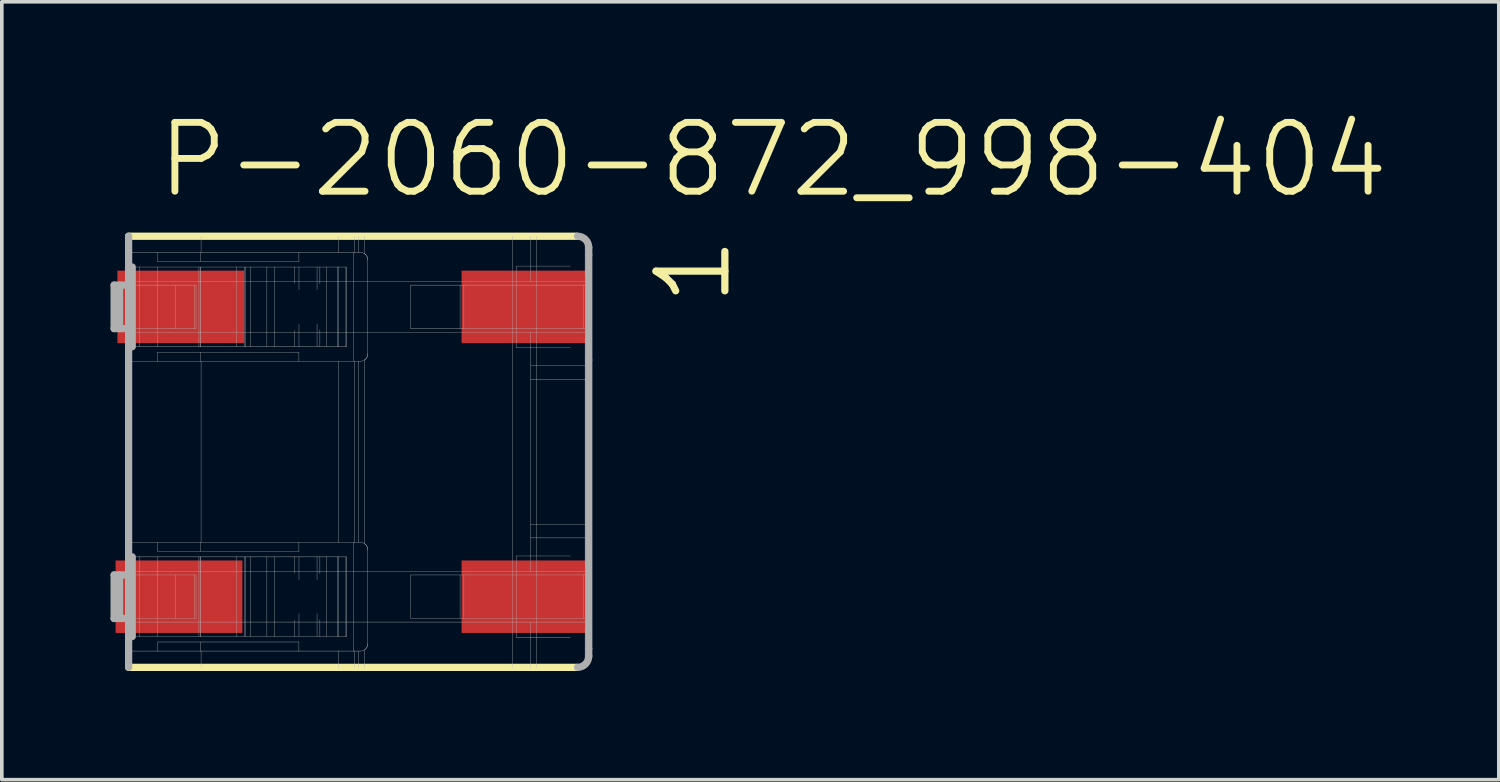
<source format=kicad_pcb>
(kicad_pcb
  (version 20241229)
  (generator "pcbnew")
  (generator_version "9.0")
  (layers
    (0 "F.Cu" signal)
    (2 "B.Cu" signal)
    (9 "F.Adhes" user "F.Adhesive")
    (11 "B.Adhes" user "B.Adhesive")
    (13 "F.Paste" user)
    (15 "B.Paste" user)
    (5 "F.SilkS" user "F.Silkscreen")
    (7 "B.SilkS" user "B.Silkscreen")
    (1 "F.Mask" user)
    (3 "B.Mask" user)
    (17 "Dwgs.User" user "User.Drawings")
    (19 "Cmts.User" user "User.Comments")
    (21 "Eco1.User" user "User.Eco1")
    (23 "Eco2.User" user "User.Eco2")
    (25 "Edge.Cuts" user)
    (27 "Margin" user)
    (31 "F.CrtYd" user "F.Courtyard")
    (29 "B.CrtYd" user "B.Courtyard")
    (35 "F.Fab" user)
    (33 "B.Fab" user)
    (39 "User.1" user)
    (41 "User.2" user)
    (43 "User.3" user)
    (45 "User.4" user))
  (footprint "P-2060-872_998-404"
    (layer "F.Cu")
    (at 6.665 9.42)
    (property "Reference" "P-2060-872_998-404" (at -5.465 -6.95 0) (layer "F.SilkS") (effects (font (size 1.9 1.9) (thickness 0.19)) (justify left bottom)))
    (attr through_hole)
    (fp_line (start -6.165 5.95) (end 6.21 5.95) (stroke (width 0.2) (type solid)) (layer "F.SilkS"))
    (fp_line (start 6.21 -5.95) (end -6.165 -5.95) (stroke (width 0.2) (type solid)) (layer "F.SilkS"))
    (fp_line (start -6.565 -3.4) (end -6.565 -4.6) (stroke (width 0.2) (type solid)) (layer "F.Fab"))
    (fp_line (start -6.565 4.6) (end -6.565 3.4) (stroke (width 0.2) (type solid)) (layer "F.Fab"))
    (fp_line (start -6.415 -3.4) (end -6.415 -4.6) (stroke (width 0.2) (type solid)) (layer "F.Fab"))
    (fp_line (start -6.415 4.6) (end -6.415 3.4) (stroke (width 0.2) (type solid)) (layer "F.Fab"))
    (fp_line (start -6.165 -5.95) (end -6.165 -4.6) (stroke (width 0.2) (type solid)) (layer "F.Fab"))
    (fp_line (start -6.165 -5.5) (end -5.365 -5.5) (stroke (width 0.01) (type solid)) (layer "F.Fab"))
    (fp_line (start -6.165 -4.7) (end 6.535 -4.7) (stroke (width 0.01) (type solid)) (layer "F.Fab"))
    (fp_line (start -6.165 -4.6) (end -6.565 -4.6) (stroke (width 0.2) (type solid)) (layer "F.Fab"))
    (fp_line (start -6.165 -4.6) (end -6.165 -3.4) (stroke (width 0.2) (type solid)) (layer "F.Fab"))
    (fp_line (start -6.165 -4.6) (end -4.304 -4.6) (stroke (width 0.01) (type solid)) (layer "F.Fab"))
    (fp_line (start -6.165 -3.4) (end -6.565 -3.4) (stroke (width 0.2) (type solid)) (layer "F.Fab"))
    (fp_line (start -6.165 -3.4) (end -6.165 3.4) (stroke (width 0.2) (type solid)) (layer "F.Fab"))
    (fp_line (start -6.165 -3.4) (end -4.304 -3.4) (stroke (width 0.01) (type solid)) (layer "F.Fab"))
    (fp_line (start -6.165 2.5) (end -5.365 2.5) (stroke (width 0.01) (type solid)) (layer "F.Fab"))
    (fp_line (start -6.165 3.3) (end 6.535 3.3) (stroke (width 0.01) (type solid)) (layer "F.Fab"))
    (fp_line (start -6.165 3.4) (end -6.565 3.4) (stroke (width 0.2) (type solid)) (layer "F.Fab"))
    (fp_line (start -6.165 3.4) (end -6.165 4.6) (stroke (width 0.2) (type solid)) (layer "F.Fab"))
    (fp_line (start -6.165 3.4) (end -4.304 3.4) (stroke (width 0.01) (type solid)) (layer "F.Fab"))
    (fp_line (start -6.165 4.6) (end -6.565 4.6) (stroke (width 0.2) (type solid)) (layer "F.Fab"))
    (fp_line (start -6.165 4.6) (end -6.165 5.95) (stroke (width 0.2) (type solid)) (layer "F.Fab"))
    (fp_line (start -6.165 4.6) (end -4.304 4.6) (stroke (width 0.01) (type solid)) (layer "F.Fab"))
    (fp_line (start -6.065 -5.1) (end -6.065 -2.9) (stroke (width 0.2) (type solid)) (layer "F.Fab"))
    (fp_line (start -6.065 2.9) (end -6.065 5.1) (stroke (width 0.2) (type solid)) (layer "F.Fab"))
    (fp_line (start -5.865 -2.9) (end -5.865 -5.1) (stroke (width 0.01) (type solid)) (layer "F.Fab"))
    (fp_line (start -5.865 5.1) (end -5.865 2.9) (stroke (width 0.01) (type solid)) (layer "F.Fab"))
    (fp_line (start -5.365 -5.5) (end -5.365 -5.25) (stroke (width 0.01) (type solid)) (layer "F.Fab"))
    (fp_line (start -5.365 -5.5) (end -4.18 -5.5) (stroke (width 0.01) (type solid)) (layer "F.Fab"))
    (fp_line (start -5.365 -5.25) (end -1.465 -5.25) (stroke (width 0.01) (type solid)) (layer "F.Fab"))
    (fp_line (start -5.365 -5.1) (end -5.365 -2.9) (stroke (width 0.01) (type solid)) (layer "F.Fab"))
    (fp_line (start -5.365 -2.5) (end -6.165 -2.5) (stroke (width 0.01) (type solid)) (layer "F.Fab"))
    (fp_line (start -5.365 -2.5) (end -5.365 -2.75) (stroke (width 0.01) (type solid)) (layer "F.Fab"))
    (fp_line (start -5.365 2.5) (end -5.365 2.75) (stroke (width 0.01) (type solid)) (layer "F.Fab"))
    (fp_line (start -5.365 2.5) (end -4.18 2.5) (stroke (width 0.01) (type solid)) (layer "F.Fab"))
    (fp_line (start -5.365 2.75) (end -1.465 2.75) (stroke (width 0.01) (type solid)) (layer "F.Fab"))
    (fp_line (start -5.365 2.9) (end -5.365 5.1) (stroke (width 0.01) (type solid)) (layer "F.Fab"))
    (fp_line (start -5.365 5.5) (end -6.165 5.5) (stroke (width 0.01) (type solid)) (layer "F.Fab"))
    (fp_line (start -5.365 5.5) (end -5.365 5.25) (stroke (width 0.01) (type solid)) (layer "F.Fab"))
    (fp_line (start -4.865 -3.4) (end -4.865 -4.6) (stroke (width 0.01) (type solid)) (layer "F.Fab"))
    (fp_line (start -4.865 4.6) (end -4.865 3.4) (stroke (width 0.01) (type solid)) (layer "F.Fab"))
    (fp_line (start -4.337 -3.4) (end -4.337 -4.6) (stroke (width 0.01) (type solid)) (layer "F.Fab"))
    (fp_line (start -4.337 4.6) (end -4.337 3.4) (stroke (width 0.01) (type solid)) (layer "F.Fab"))
    (fp_line (start -4.304 -3.4) (end -4.304 -4.6) (stroke (width 0.01) (type solid)) (layer "F.Fab"))
    (fp_line (start -4.304 4.6) (end -4.304 3.4) (stroke (width 0.01) (type solid)) (layer "F.Fab"))
    (fp_line (start -4.224 -2.9) (end -4.224 -5.1) (stroke (width 0.01) (type solid)) (layer "F.Fab"))
    (fp_line (start -4.224 5.1) (end -4.224 2.9) (stroke (width 0.01) (type solid)) (layer "F.Fab"))
    (fp_line (start -4.189 -2.9) (end -4.189 -5.1) (stroke (width 0.01) (type solid)) (layer "F.Fab"))
    (fp_line (start -4.189 5.1) (end -4.189 2.9) (stroke (width 0.01) (type solid)) (layer "F.Fab"))
    (fp_line (start -4.18 -5.5) (end -4.18 -5.25) (stroke (width 0.01) (type solid)) (layer "F.Fab"))
    (fp_line (start -4.18 -5.5) (end -1.465 -5.5) (stroke (width 0.01) (type solid)) (layer "F.Fab"))
    (fp_line (start -4.18 -2.9) (end -4.18 -5.1) (stroke (width 0.01) (type solid)) (layer "F.Fab"))
    (fp_line (start -4.18 -2.5) (end -5.365 -2.5) (stroke (width 0.01) (type solid)) (layer "F.Fab"))
    (fp_line (start -4.18 -2.5) (end -4.18 -2.75) (stroke (width 0.01) (type solid)) (layer "F.Fab"))
    (fp_line (start -4.18 2.5) (end -4.18 2.75) (stroke (width 0.01) (type solid)) (layer "F.Fab"))
    (fp_line (start -4.18 2.5) (end -1.465 2.5) (stroke (width 0.01) (type solid)) (layer "F.Fab"))
    (fp_line (start -4.18 5.1) (end -4.18 2.9) (stroke (width 0.01) (type solid)) (layer "F.Fab"))
    (fp_line (start -4.18 5.5) (end -5.365 5.5) (stroke (width 0.01) (type solid)) (layer "F.Fab"))
    (fp_line (start -4.18 5.5) (end -4.18 5.25) (stroke (width 0.01) (type solid)) (layer "F.Fab"))
    (fp_line (start -4.165 -5.95) (end -4.165 -5.5) (stroke (width 0.01) (type solid)) (layer "F.Fab"))
    (fp_line (start -4.165 -2.5) (end -4.165 2.5) (stroke (width 0.01) (type solid)) (layer "F.Fab"))
    (fp_line (start -4.165 5.5) (end -4.165 5.95) (stroke (width 0.01) (type solid)) (layer "F.Fab"))
    (fp_line (start -3.182 -2.9) (end -3.182 -5.1) (stroke (width 0.01) (type solid)) (layer "F.Fab"))
    (fp_line (start -3.182 5.1) (end -3.182 2.9) (stroke (width 0.01) (type solid)) (layer "F.Fab"))
    (fp_line (start -2.972 -2.9) (end -2.972 -5.1) (stroke (width 0.01) (type solid)) (layer "F.Fab"))
    (fp_line (start -2.972 5.1) (end -2.972 2.9) (stroke (width 0.01) (type solid)) (layer "F.Fab"))
    (fp_line (start -2.943 -2.9) (end -2.943 -5.1) (stroke (width 0.01) (type solid)) (layer "F.Fab"))
    (fp_line (start -2.943 5.1) (end -2.943 2.9) (stroke (width 0.01) (type solid)) (layer "F.Fab"))
    (fp_line (start -2.8 -2.9) (end -2.8 -5.1) (stroke (width 0.01) (type solid)) (layer "F.Fab"))
    (fp_line (start -2.8 5.1) (end -2.8 2.9) (stroke (width 0.01) (type solid)) (layer "F.Fab"))
    (fp_line (start -2.349 -2.9) (end -2.349 -5.1) (stroke (width 0.01) (type solid)) (layer "F.Fab"))
    (fp_line (start -2.349 5.1) (end -2.349 2.9) (stroke (width 0.01) (type solid)) (layer "F.Fab"))
    (fp_line (start -2.13 -2.9) (end -6.065 -2.9) (stroke (width 0.01) (type solid)) (layer "F.Fab"))
    (fp_line (start -2.13 -2.9) (end -2.13 -5.1) (stroke (width 0.01) (type solid)) (layer "F.Fab"))
    (fp_line (start -2.13 5.1) (end -6.065 5.1) (stroke (width 0.01) (type solid)) (layer "F.Fab"))
    (fp_line (start -2.13 5.1) (end -2.13 2.9) (stroke (width 0.01) (type solid)) (layer "F.Fab"))
    (fp_line (start -1.582 -5.1) (end -6.065 -5.1) (stroke (width 0.01) (type solid)) (layer "F.Fab"))
    (fp_line (start -1.582 -4.647) (end -1.582 -5.1) (stroke (width 0.01) (type solid)) (layer "F.Fab"))
    (fp_line (start -1.582 -2.9) (end -2.13 -2.9) (stroke (width 0.01) (type solid)) (layer "F.Fab"))
    (fp_line (start -1.582 -2.9) (end -1.582 -3.353) (stroke (width 0.01) (type solid)) (layer "F.Fab"))
    (fp_line (start -1.582 2.9) (end -6.065 2.9) (stroke (width 0.01) (type solid)) (layer "F.Fab"))
    (fp_line (start -1.582 3.353) (end -1.582 2.9) (stroke (width 0.01) (type solid)) (layer "F.Fab"))
    (fp_line (start -1.582 5.1) (end -2.13 5.1) (stroke (width 0.01) (type solid)) (layer "F.Fab"))
    (fp_line (start -1.582 5.1) (end -1.582 4.647) (stroke (width 0.01) (type solid)) (layer "F.Fab"))
    (fp_line (start -1.465 -5.5) (end -1.465 -5.25) (stroke (width 0.01) (type solid)) (layer "F.Fab"))
    (fp_line (start -1.465 -5.5) (end 0.235 -5.5) (stroke (width 0.01) (type solid)) (layer "F.Fab"))
    (fp_line (start -1.465 -2.75) (end -5.365 -2.75) (stroke (width 0.01) (type solid)) (layer "F.Fab"))
    (fp_line (start -1.465 -2.5) (end -4.18 -2.5) (stroke (width 0.01) (type solid)) (layer "F.Fab"))
    (fp_line (start -1.465 -2.5) (end -1.465 -2.75) (stroke (width 0.01) (type solid)) (layer "F.Fab"))
    (fp_line (start -1.465 2.5) (end -1.465 2.75) (stroke (width 0.01) (type solid)) (layer "F.Fab"))
    (fp_line (start -1.465 2.5) (end 0.235 2.5) (stroke (width 0.01) (type solid)) (layer "F.Fab"))
    (fp_line (start -1.465 5.25) (end -5.365 5.25) (stroke (width 0.01) (type solid)) (layer "F.Fab"))
    (fp_line (start -1.465 5.5) (end -4.18 5.5) (stroke (width 0.01) (type solid)) (layer "F.Fab"))
    (fp_line (start -1.465 5.5) (end -1.465 5.25) (stroke (width 0.01) (type solid)) (layer "F.Fab"))
    (fp_line (start -1.463 -4.47) (end -1.463 -5.1) (stroke (width 0.01) (type solid)) (layer "F.Fab"))
    (fp_line (start -1.463 -2.9) (end -1.463 -3.53) (stroke (width 0.01) (type solid)) (layer "F.Fab"))
    (fp_line (start -1.463 3.53) (end -1.463 2.9) (stroke (width 0.01) (type solid)) (layer "F.Fab"))
    (fp_line (start -1.463 5.1) (end -1.463 4.47) (stroke (width 0.01) (type solid)) (layer "F.Fab"))
    (fp_line (start -0.964 -4.469) (end -0.964 -5.1) (stroke (width 0.01) (type solid)) (layer "F.Fab"))
    (fp_line (start -0.964 -2.9) (end -0.964 -3.531) (stroke (width 0.01) (type solid)) (layer "F.Fab"))
    (fp_line (start -0.964 3.531) (end -0.964 2.9) (stroke (width 0.01) (type solid)) (layer "F.Fab"))
    (fp_line (start -0.964 5.1) (end -0.964 4.469) (stroke (width 0.01) (type solid)) (layer "F.Fab"))
    (fp_line (start -0.886 -4.634) (end -0.886 -5.1) (stroke (width 0.01) (type solid)) (layer "F.Fab"))
    (fp_line (start -0.886 -2.9) (end -0.886 -3.366) (stroke (width 0.01) (type solid)) (layer "F.Fab"))
    (fp_line (start -0.886 3.366) (end -0.886 2.9) (stroke (width 0.01) (type solid)) (layer "F.Fab"))
    (fp_line (start -0.886 5.1) (end -0.886 4.634) (stroke (width 0.01) (type solid)) (layer "F.Fab"))
    (fp_line (start -0.701 -2.9) (end -0.701 -5.1) (stroke (width 0.01) (type solid)) (layer "F.Fab"))
    (fp_line (start -0.701 5.1) (end -0.701 2.9) (stroke (width 0.01) (type solid)) (layer "F.Fab"))
    (fp_line (start -0.407 -2.9) (end -0.407 -5.1) (stroke (width 0.01) (type solid)) (layer "F.Fab"))
    (fp_line (start -0.407 5.1) (end -0.407 2.9) (stroke (width 0.01) (type solid)) (layer "F.Fab"))
    (fp_line (start -0.378 -2.9) (end -0.378 -5.1) (stroke (width 0.01) (type solid)) (layer "F.Fab"))
    (fp_line (start -0.378 5.1) (end -0.378 2.9) (stroke (width 0.01) (type solid)) (layer "F.Fab"))
    (fp_line (start -0.371 -5.95) (end -0.371 -5.5) (stroke (width 0.01) (type solid)) (layer "F.Fab"))
    (fp_line (start -0.371 -2.5) (end -0.371 2.5) (stroke (width 0.01) (type solid)) (layer "F.Fab"))
    (fp_line (start -0.371 5.5) (end -0.371 5.95) (stroke (width 0.01) (type solid)) (layer "F.Fab"))
    (fp_line (start -0.167 -2.9) (end -1.582 -2.9) (stroke (width 0.01) (type solid)) (layer "F.Fab"))
    (fp_line (start -0.167 -2.9) (end -0.167 -5.1) (stroke (width 0.01) (type solid)) (layer "F.Fab"))
    (fp_line (start -0.167 5.1) (end -1.582 5.1) (stroke (width 0.01) (type solid)) (layer "F.Fab"))
    (fp_line (start -0.167 5.1) (end -0.167 2.9) (stroke (width 0.01) (type solid)) (layer "F.Fab"))
    (fp_line (start -0.157 -5.1) (end -1.582 -5.1) (stroke (width 0.01) (type solid)) (layer "F.Fab"))
    (fp_line (start -0.157 -2.9) (end -0.167 -2.9) (stroke (width 0.01) (type solid)) (layer "F.Fab"))
    (fp_line (start -0.157 -2.9) (end -0.157 -5.1) (stroke (width 0.01) (type solid)) (layer "F.Fab"))
    (fp_line (start -0.157 2.9) (end -1.582 2.9) (stroke (width 0.01) (type solid)) (layer "F.Fab"))
    (fp_line (start -0.157 5.1) (end -0.167 5.1) (stroke (width 0.01) (type solid)) (layer "F.Fab"))
    (fp_line (start -0.157 5.1) (end -0.157 2.9) (stroke (width 0.01) (type solid)) (layer "F.Fab"))
    (fp_line (start 0.035 -5.5) (end 0.035 -2.5) (stroke (width 0.01) (type solid)) (layer "F.Fab"))
    (fp_line (start 0.035 2.5) (end 0.035 5.5) (stroke (width 0.01) (type solid)) (layer "F.Fab"))
    (fp_line (start 0.062 -5.95) (end 0.062 -5.5) (stroke (width 0.01) (type solid)) (layer "F.Fab"))
    (fp_line (start 0.062 -2.5) (end 0.062 2.5) (stroke (width 0.01) (type solid)) (layer "F.Fab"))
    (fp_line (start 0.062 5.5) (end 0.062 5.95) (stroke (width 0.01) (type solid)) (layer "F.Fab"))
    (fp_line (start 0.177 -5.95) (end 0.177 -5.5) (stroke (width 0.01) (type solid)) (layer "F.Fab"))
    (fp_line (start 0.177 -2.5) (end 0.177 2.5) (stroke (width 0.01) (type solid)) (layer "F.Fab"))
    (fp_line (start 0.177 5.5) (end 0.177 5.95) (stroke (width 0.01) (type solid)) (layer "F.Fab"))
    (fp_line (start 0.235 -2.5) (end -1.465 -2.5) (stroke (width 0.01) (type solid)) (layer "F.Fab"))
    (fp_line (start 0.235 5.5) (end -1.465 5.5) (stroke (width 0.01) (type solid)) (layer "F.Fab"))
    (fp_line (start 0.35 -5.95) (end 0.35 -5.463) (stroke (width 0.01) (type solid)) (layer "F.Fab"))
    (fp_line (start 0.35 -2.537) (end 0.35 2.537) (stroke (width 0.01) (type solid)) (layer "F.Fab"))
    (fp_line (start 0.35 5.463) (end 0.35 5.95) (stroke (width 0.01) (type solid)) (layer "F.Fab"))
    (fp_line (start 0.435 -5.3) (end 0.435 -2.7) (stroke (width 0.01) (type solid)) (layer "F.Fab"))
    (fp_line (start 0.435 2.7) (end 0.435 5.3) (stroke (width 0.01) (type solid)) (layer "F.Fab"))
    (fp_line (start 1.618 -4.6) (end 1.618 -3.4) (stroke (width 0.01) (type solid)) (layer "F.Fab"))
    (fp_line (start 1.618 -3.4) (end 2.984 -3.4) (stroke (width 0.01) (type solid)) (layer "F.Fab"))
    (fp_line (start 1.618 3.4) (end 1.618 4.6) (stroke (width 0.01) (type solid)) (layer "F.Fab"))
    (fp_line (start 1.618 4.6) (end 2.984 4.6) (stroke (width 0.01) (type solid)) (layer "F.Fab"))
    (fp_line (start 2.984 -3.4) (end 2.984 -4.6) (stroke (width 0.01) (type solid)) (layer "F.Fab"))
    (fp_line (start 2.984 -3.4) (end 3.089 -3.4) (stroke (width 0.01) (type solid)) (layer "F.Fab"))
    (fp_line (start 2.984 4.6) (end 2.984 3.4) (stroke (width 0.01) (type solid)) (layer "F.Fab"))
    (fp_line (start 2.984 4.6) (end 3.089 4.6) (stroke (width 0.01) (type solid)) (layer "F.Fab"))
    (fp_line (start 3.089 -3.4) (end 3.089 -4.6) (stroke (width 0.01) (type solid)) (layer "F.Fab"))
    (fp_line (start 3.089 -3.4) (end 6.385 -3.4) (stroke (width 0.01) (type solid)) (layer "F.Fab"))
    (fp_line (start 3.089 4.6) (end 3.089 3.4) (stroke (width 0.01) (type solid)) (layer "F.Fab"))
    (fp_line (start 3.089 4.6) (end 6.385 4.6) (stroke (width 0.01) (type solid)) (layer "F.Fab"))
    (fp_line (start 4.435 -5.95) (end 4.435 5.95) (stroke (width 0.01) (type solid)) (layer "F.Fab"))
    (fp_line (start 4.535 -2.875) (end 4.535 -5.125) (stroke (width 0.01) (type solid)) (layer "F.Fab"))
    (fp_line (start 4.535 -2.875) (end 6.023 -2.875) (stroke (width 0.01) (type solid)) (layer "F.Fab"))
    (fp_line (start 4.535 5.125) (end 4.535 2.875) (stroke (width 0.01) (type solid)) (layer "F.Fab"))
    (fp_line (start 4.535 5.125) (end 6.023 5.125) (stroke (width 0.01) (type solid)) (layer "F.Fab"))
    (fp_line (start 4.935 -5.95) (end 4.935 -4.7) (stroke (width 0.01) (type solid)) (layer "F.Fab"))
    (fp_line (start 4.935 -3.3) (end 4.935 -2.376) (stroke (width 0.01) (type solid)) (layer "F.Fab"))
    (fp_line (start 4.935 -2.376) (end 4.935 -2) (stroke (width 0.01) (type solid)) (layer "F.Fab"))
    (fp_line (start 4.935 -2) (end 4.935 2) (stroke (width 0.01) (type solid)) (layer "F.Fab"))
    (fp_line (start 4.935 2) (end 4.935 2.376) (stroke (width 0.01) (type solid)) (layer "F.Fab"))
    (fp_line (start 4.935 2.376) (end 4.935 3.3) (stroke (width 0.01) (type solid)) (layer "F.Fab"))
    (fp_line (start 4.935 4.7) (end 4.935 5.95) (stroke (width 0.01) (type solid)) (layer "F.Fab"))
    (fp_line (start 5.085 -5.95) (end 5.085 5.95) (stroke (width 0.01) (type solid)) (layer "F.Fab"))
    (fp_line (start 6.023 -5.125) (end 4.535 -5.125) (stroke (width 0.01) (type solid)) (layer "F.Fab"))
    (fp_line (start 6.023 2.875) (end 4.535 2.875) (stroke (width 0.01) (type solid)) (layer "F.Fab"))
    (fp_line (start 6.385 -3.4) (end 6.385 -4.6) (stroke (width 0.01) (type solid)) (layer "F.Fab"))
    (fp_line (start 6.385 -3.4) (end 6.535 -3.4) (stroke (width 0.01) (type solid)) (layer "F.Fab"))
    (fp_line (start 6.385 4.6) (end 6.385 3.4) (stroke (width 0.01) (type solid)) (layer "F.Fab"))
    (fp_line (start 6.385 4.6) (end 6.535 4.6) (stroke (width 0.01) (type solid)) (layer "F.Fab"))
    (fp_line (start 6.434 -5.745) (end 6.434 -4.87) (stroke (width 0.01) (type solid)) (layer "F.Fab"))
    (fp_line (start 6.434 -3.13) (end 6.434 3.13) (stroke (width 0.01) (type solid)) (layer "F.Fab"))
    (fp_line (start 6.434 4.87) (end 6.434 5.745) (stroke (width 0.01) (type solid)) (layer "F.Fab"))
    (fp_line (start 6.457 -2) (end 4.935 -2) (stroke (width 0.01) (type solid)) (layer "F.Fab"))
    (fp_line (start 6.457 2) (end 4.935 2) (stroke (width 0.01) (type solid)) (layer "F.Fab"))
    (fp_line (start 6.457 2) (end 6.457 -2) (stroke (width 0.01) (type solid)) (layer "F.Fab"))
    (fp_line (start 6.517 -2.376) (end 4.935 -2.376) (stroke (width 0.01) (type solid)) (layer "F.Fab"))
    (fp_line (start 6.517 2.376) (end 4.935 2.376) (stroke (width 0.01) (type solid)) (layer "F.Fab"))
    (fp_line (start 6.535 -5.44) (end 6.535 -5.64) (stroke (width 0.2) (type solid)) (layer "F.Fab"))
    (fp_line (start 6.535 -5.43) (end 6.535 -2.534) (stroke (width 0.2) (type solid)) (layer "F.Fab"))
    (fp_line (start 6.535 -4.6) (end 1.618 -4.6) (stroke (width 0.01) (type solid)) (layer "F.Fab"))
    (fp_line (start 6.535 -3.3) (end -6.165 -3.3) (stroke (width 0.01) (type solid)) (layer "F.Fab"))
    (fp_line (start 6.535 -2.52) (end 6.535 5.43) (stroke (width 0.2) (type solid)) (layer "F.Fab"))
    (fp_line (start 6.535 3.4) (end 1.618 3.4) (stroke (width 0.01) (type solid)) (layer "F.Fab"))
    (fp_line (start 6.535 4.7) (end -6.165 4.7) (stroke (width 0.01) (type solid)) (layer "F.Fab"))
    (fp_line (start 6.535 5.64) (end 6.535 5.44) (stroke (width 0.2) (type solid)) (layer "F.Fab"))
    (fp_arc (start 0.234999 -5.5) (mid 0.295596 -5.490609) (end 0.3505 -5.4633) (stroke (width 0.01) (type solid)) (layer "F.Fab"))
    (fp_arc (start 0.235 2.499999) (mid 0.295597 2.50939) (end 0.3505 2.5367) (stroke (width 0.01) (type solid)) (layer "F.Fab"))
    (fp_arc (start 0.350499 -5.4633) (mid 0.412628 -5.391936) (end 0.435 -5.3) (stroke (width 0.01) (type solid)) (layer "F.Fab"))
    (fp_arc (start 0.350499 -5.4633) (mid 0.412628 -5.391936) (end 0.435 -5.3) (stroke (width 0.01) (type solid)) (layer "F.Fab"))
    (fp_arc (start 0.3505 -2.536701) (mid 0.295597 -2.509392) (end 0.235 -2.5) (stroke (width 0.01) (type solid)) (layer "F.Fab"))
    (fp_arc (start 0.3505 2.5367) (mid 0.412628 2.608064) (end 0.435 2.7) (stroke (width 0.01) (type solid)) (layer "F.Fab"))
    (fp_arc (start 0.3505 2.5367) (mid 0.412628 2.608064) (end 0.435 2.7) (stroke (width 0.01) (type solid)) (layer "F.Fab"))
    (fp_arc (start 0.3505 5.463299) (mid 0.295597 5.490608) (end 0.235 5.5) (stroke (width 0.01) (type solid)) (layer "F.Fab"))
    (fp_arc (start 0.435 -2.7) (mid 0.412628 -2.608064) (end 0.3505 -2.5367) (stroke (width 0.01) (type solid)) (layer "F.Fab"))
    (fp_arc (start 0.435 -2.7) (mid 0.412628 -2.608064) (end 0.3505 -2.5367) (stroke (width 0.01) (type solid)) (layer "F.Fab"))
    (fp_arc (start 0.435001 5.3) (mid 0.412629 5.391936) (end 0.3505 5.4633) (stroke (width 0.01) (type solid)) (layer "F.Fab"))
    (fp_arc (start 0.435001 5.3) (mid 0.412629 5.391936) (end 0.3505 5.4633) (stroke (width 0.01) (type solid)) (layer "F.Fab"))
    (fp_arc (start 6.225 -5.95) (mid 6.444203 -5.859203) (end 6.535 -5.64) (stroke (width 0.2) (type solid)) (layer "F.Fab"))
    (fp_arc (start 6.535 5.64) (mid 6.444203 5.859203) (end 6.225 5.95) (stroke (width 0.2) (type solid)) (layer "F.Fab"))
    (fp_text user "1" (at 10.535 -3.95 90) (layer "F.SilkS") (effects (font (size 1.9 1.9) (thickness 0.2)) (justify left bottom)))
    (pad "1" smd rect (at -4.725 -4) (size 3.5 2) (layers "F.Cu" "F.Mask" "F.Paste"))
    (pad "1" smd rect (at 4.775 -4) (size 3.5 2) (layers "F.Cu" "F.Mask" "F.Paste"))
    (pad "2" smd rect (at -4.775 4) (size 3.5 2) (layers "F.Cu" "F.Mask" "F.Paste"))
    (pad "2" smd rect (at 4.775 4) (size 3.5 2) (layers "F.Cu" "F.Mask" "F.Paste")))
  (gr_rect
    (start -3 -3)
    (end 38.319 18.47)
    (stroke (width 0.1) (type default))
    (fill no)
    (layer "Edge.Cuts")))
</source>
